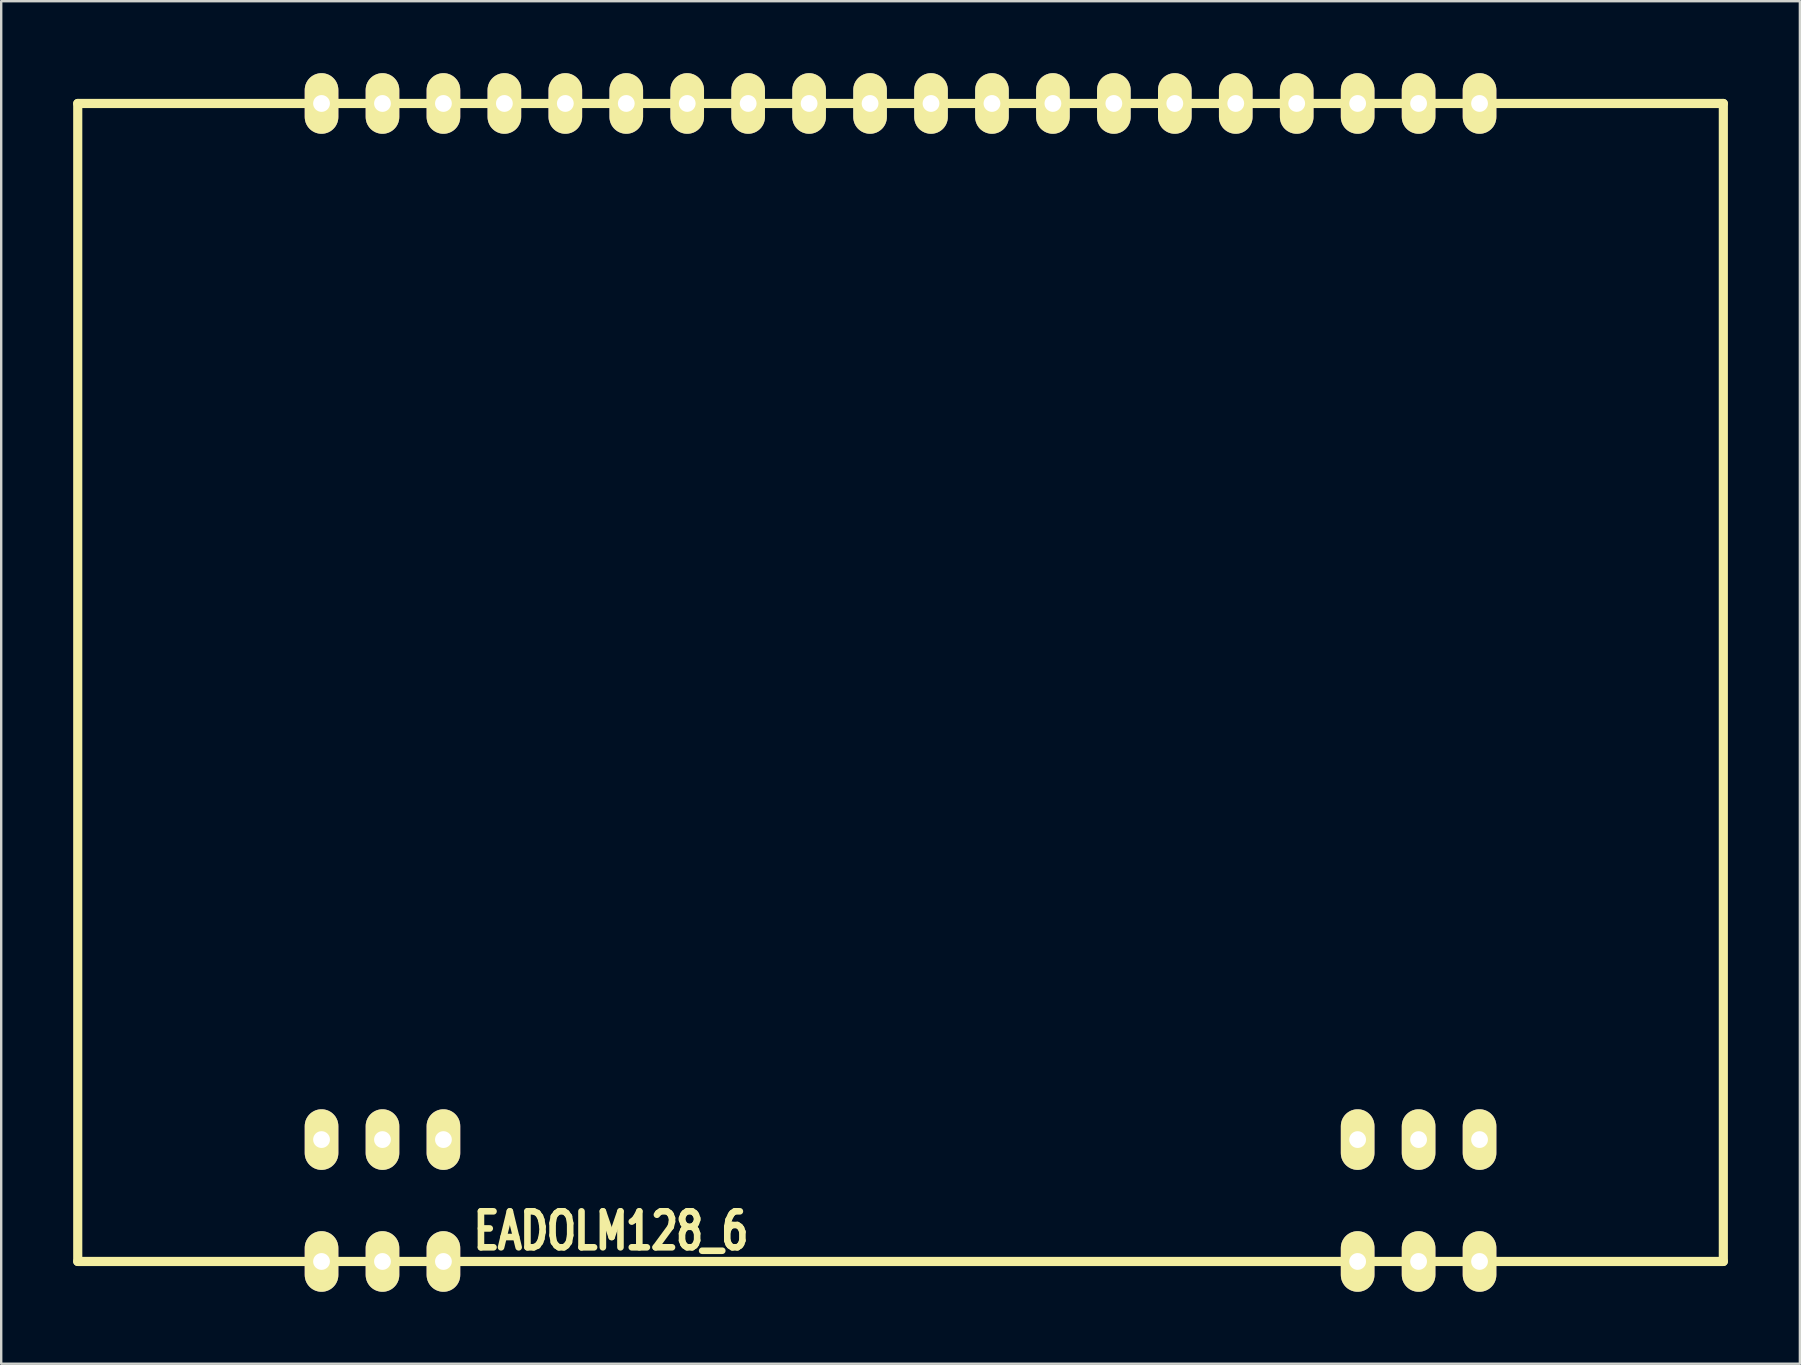
<source format=kicad_pcb>
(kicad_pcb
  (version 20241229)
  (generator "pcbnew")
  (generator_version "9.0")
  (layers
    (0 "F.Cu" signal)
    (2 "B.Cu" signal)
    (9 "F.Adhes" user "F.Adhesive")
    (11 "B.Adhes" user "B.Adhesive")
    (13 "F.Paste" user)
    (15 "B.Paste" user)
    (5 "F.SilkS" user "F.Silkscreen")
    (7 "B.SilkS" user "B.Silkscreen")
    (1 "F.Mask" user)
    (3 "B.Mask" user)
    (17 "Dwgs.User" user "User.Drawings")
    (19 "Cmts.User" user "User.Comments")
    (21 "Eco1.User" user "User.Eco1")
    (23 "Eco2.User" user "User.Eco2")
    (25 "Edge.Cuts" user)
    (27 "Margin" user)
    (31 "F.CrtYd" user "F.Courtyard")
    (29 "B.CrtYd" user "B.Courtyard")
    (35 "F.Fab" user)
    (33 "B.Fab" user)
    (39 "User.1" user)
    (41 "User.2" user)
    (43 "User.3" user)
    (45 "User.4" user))
  (footprint "EADOLM128_6"
    (layer "F.Cu")
    (at 34.48 25.392)
    (property "Reference" "EADOLM128_6" (at -12.065 22.86 0) (layer "F.SilkS") (effects (font (size 1.5 1.1) (thickness 0.275))))
    (attr through_hole)
    (fp_line (start -34.29 -24.13) (end 34.29 -24.13) (stroke (width 0.381) (type solid)) (layer "F.SilkS"))
    (fp_line (start -34.29 24.13) (end -34.29 -24.13) (stroke (width 0.381) (type solid)) (layer "F.SilkS"))
    (fp_line (start 34.29 -24.13) (end 34.29 24.13) (stroke (width 0.381) (type solid)) (layer "F.SilkS"))
    (fp_line (start 34.29 24.13) (end -34.29 24.13) (stroke (width 0.381) (type solid)) (layer "F.SilkS"))
    (pad "1" thru_hole oval (at -24.13 19.05) (size 1.4 2.525) (drill 0.7) (layers "*.Cu" "*.Mask" "F.SilkS"))
    (pad "1" thru_hole oval (at -24.13 24.13) (size 1.4 2.525) (drill 0.7) (layers "*.Cu" "*.Mask" "F.SilkS"))
    (pad "2" thru_hole oval (at -21.59 19.05) (size 1.4 2.525) (drill 0.7) (layers "*.Cu" "*.Mask" "F.SilkS"))
    (pad "2" thru_hole oval (at -21.59 24.13) (size 1.4 2.525) (drill 0.7) (layers "*.Cu" "*.Mask" "F.SilkS"))
    (pad "3" thru_hole oval (at -19.05 19.05) (size 1.4 2.525) (drill 0.7) (layers "*.Cu" "*.Mask" "F.SilkS"))
    (pad "3" thru_hole oval (at -19.05 24.13) (size 1.4 2.525) (drill 0.7) (layers "*.Cu" "*.Mask" "F.SilkS"))
    (pad "18" thru_hole oval (at 19.05 19.05) (size 1.4 2.525) (drill 0.7) (layers "*.Cu" "*.Mask" "F.SilkS"))
    (pad "18" thru_hole oval (at 19.05 24.13) (size 1.4 2.525) (drill 0.7) (layers "*.Cu" "*.Mask" "F.SilkS"))
    (pad "19" thru_hole oval (at 21.59 19.05) (size 1.4 2.525) (drill 0.7) (layers "*.Cu" "*.Mask" "F.SilkS"))
    (pad "19" thru_hole oval (at 21.59 24.13) (size 1.4 2.525) (drill 0.7) (layers "*.Cu" "*.Mask" "F.SilkS"))
    (pad "20" thru_hole oval (at 24.13 19.05) (size 1.4 2.525) (drill 0.7) (layers "*.Cu" "*.Mask" "F.SilkS"))
    (pad "20" thru_hole oval (at 24.13 24.13) (size 1.4 2.525) (drill 0.7) (layers "*.Cu" "*.Mask" "F.SilkS"))
    (pad "21" thru_hole oval (at 24.13 -24.13) (size 1.4 2.525) (drill 0.7) (layers "*.Cu" "*.Mask" "F.SilkS"))
    (pad "22" thru_hole oval (at 21.59 -24.13) (size 1.4 2.525) (drill 0.7) (layers "*.Cu" "*.Mask" "F.SilkS"))
    (pad "23" thru_hole oval (at 19.05 -24.13) (size 1.4 2.525) (drill 0.7) (layers "*.Cu" "*.Mask" "F.SilkS"))
    (pad "24" thru_hole oval (at 16.51 -24.13) (size 1.4 2.525) (drill 0.7) (layers "*.Cu" "*.Mask" "F.SilkS"))
    (pad "25" thru_hole oval (at 13.97 -24.13) (size 1.4 2.525) (drill 0.7) (layers "*.Cu" "*.Mask" "F.SilkS"))
    (pad "26" thru_hole oval (at 11.43 -24.13) (size 1.4 2.525) (drill 0.7) (layers "*.Cu" "*.Mask" "F.SilkS"))
    (pad "27" thru_hole oval (at 8.89 -24.13) (size 1.4 2.525) (drill 0.7) (layers "*.Cu" "*.Mask" "F.SilkS"))
    (pad "28" thru_hole oval (at 6.35 -24.13) (size 1.4 2.525) (drill 0.7) (layers "*.Cu" "*.Mask" "F.SilkS"))
    (pad "29" thru_hole oval (at 3.81 -24.13) (size 1.4 2.525) (drill 0.7) (layers "*.Cu" "*.Mask" "F.SilkS"))
    (pad "30" thru_hole oval (at 1.27 -24.13) (size 1.4 2.525) (drill 0.7) (layers "*.Cu" "*.Mask" "F.SilkS"))
    (pad "31" thru_hole oval (at -1.27 -24.13) (size 1.4 2.525) (drill 0.7) (layers "*.Cu" "*.Mask" "F.SilkS"))
    (pad "32" thru_hole oval (at -3.81 -24.13) (size 1.4 2.525) (drill 0.7) (layers "*.Cu" "*.Mask" "F.SilkS"))
    (pad "33" thru_hole oval (at -6.35 -24.13) (size 1.4 2.525) (drill 0.7) (layers "*.Cu" "*.Mask" "F.SilkS"))
    (pad "34" thru_hole oval (at -8.89 -24.13) (size 1.4 2.525) (drill 0.7) (layers "*.Cu" "*.Mask" "F.SilkS"))
    (pad "35" thru_hole oval (at -11.43 -24.13) (size 1.4 2.525) (drill 0.7) (layers "*.Cu" "*.Mask" "F.SilkS"))
    (pad "36" thru_hole oval (at -13.97 -24.13) (size 1.4 2.525) (drill 0.7) (layers "*.Cu" "*.Mask" "F.SilkS"))
    (pad "37" thru_hole oval (at -16.51 -24.13) (size 1.4 2.525) (drill 0.7) (layers "*.Cu" "*.Mask" "F.SilkS"))
    (pad "38" thru_hole oval (at -19.05 -24.13) (size 1.4 2.525) (drill 0.7) (layers "*.Cu" "*.Mask" "F.SilkS"))
    (pad "39" thru_hole oval (at -21.59 -24.13) (size 1.4 2.525) (drill 0.7) (layers "*.Cu" "*.Mask" "F.SilkS"))
    (pad "40" thru_hole oval (at -24.13 -24.13) (size 1.4 2.525) (drill 0.7) (layers "*.Cu" "*.Mask" "F.SilkS")))
  (gr_rect
    (start -3 -3)
    (end 71.961 53.785)
    (stroke (width 0.1) (type default))
    (fill no)
    (layer "Edge.Cuts")))
</source>
